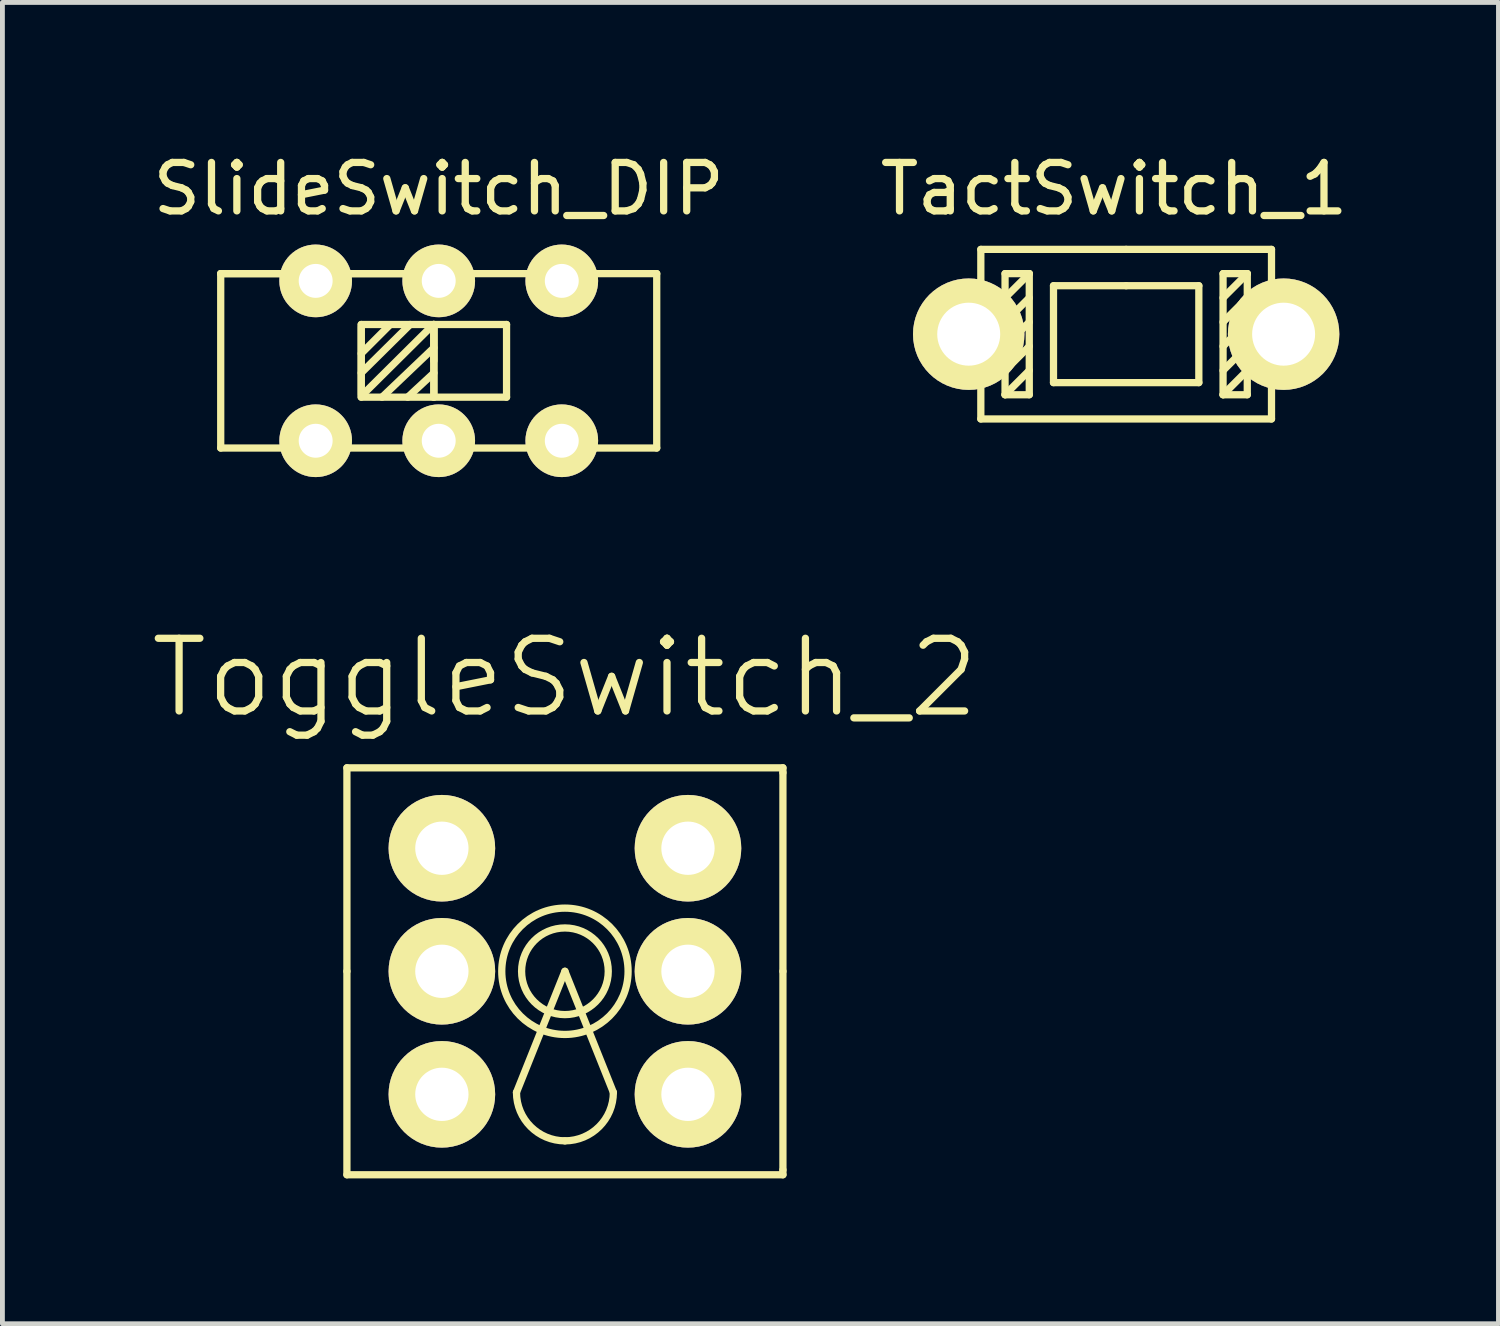
<source format=kicad_pcb>
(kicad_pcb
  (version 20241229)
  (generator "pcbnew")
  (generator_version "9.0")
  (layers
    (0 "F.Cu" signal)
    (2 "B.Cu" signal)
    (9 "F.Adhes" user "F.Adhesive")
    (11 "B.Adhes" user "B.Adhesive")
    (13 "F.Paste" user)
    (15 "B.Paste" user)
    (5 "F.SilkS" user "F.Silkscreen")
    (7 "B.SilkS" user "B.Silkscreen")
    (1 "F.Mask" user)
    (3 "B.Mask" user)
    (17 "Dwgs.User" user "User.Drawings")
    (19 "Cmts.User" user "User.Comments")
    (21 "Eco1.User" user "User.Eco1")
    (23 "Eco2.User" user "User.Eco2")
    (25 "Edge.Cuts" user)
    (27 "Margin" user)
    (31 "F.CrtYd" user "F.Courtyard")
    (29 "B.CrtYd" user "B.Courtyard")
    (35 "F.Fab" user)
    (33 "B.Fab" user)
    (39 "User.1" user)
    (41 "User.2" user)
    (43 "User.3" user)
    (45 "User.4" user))
  (footprint "TactSwitch_1"
    (layer "F.Cu")
    (at 16.946 3.848)
    (property "Reference" "TactSwitch_1" (at 3 -3 0) (layer "F.SilkS") (effects (font (size 1 1) (thickness 0.15))))
    (attr through_hole)
    (fp_line (start 0.25 -1.75) (end 0.25 1.75) (stroke (width 0.15) (type solid)) (layer "F.SilkS"))
    (fp_line (start 0.25 1.75) (end 6.25 1.75) (stroke (width 0.15) (type solid)) (layer "F.SilkS"))
    (fp_line (start 0.75 -1.25) (end 0.75 1.25) (stroke (width 0.15) (type solid)) (layer "F.SilkS"))
    (fp_line (start 0.75 1.25) (end 1.25 1.25) (stroke (width 0.15) (type solid)) (layer "F.SilkS"))
    (fp_line (start 1.25 -1.25) (end 0.75 -1.25) (stroke (width 0.15) (type solid)) (layer "F.SilkS"))
    (fp_line (start 1.25 -1.25) (end 0.75 -0.75) (stroke (width 0.15) (type solid)) (layer "F.SilkS"))
    (fp_line (start 1.25 -0.75) (end 0.75 -0.25) (stroke (width 0.15) (type solid)) (layer "F.SilkS"))
    (fp_line (start 1.25 -0.25) (end 0.75 0.25) (stroke (width 0.15) (type solid)) (layer "F.SilkS"))
    (fp_line (start 1.25 0.25) (end 0.75 0.75) (stroke (width 0.15) (type solid)) (layer "F.SilkS"))
    (fp_line (start 1.25 0.75) (end 0.75 1.25) (stroke (width 0.15) (type solid)) (layer "F.SilkS"))
    (fp_line (start 1.25 1.25) (end 1.25 -1.25) (stroke (width 0.15) (type solid)) (layer "F.SilkS"))
    (fp_line (start 1.75 -1) (end 1.75 1) (stroke (width 0.15) (type solid)) (layer "F.SilkS"))
    (fp_line (start 1.75 1) (end 4.75 1) (stroke (width 0.15) (type solid)) (layer "F.SilkS"))
    (fp_line (start 3.25 -1.75) (end 0.25 -1.75) (stroke (width 0.15) (type solid)) (layer "F.SilkS"))
    (fp_line (start 3.25 -1) (end 1.75 -1) (stroke (width 0.15) (type solid)) (layer "F.SilkS"))
    (fp_line (start 4.75 -1) (end 3.25 -1) (stroke (width 0.15) (type solid)) (layer "F.SilkS"))
    (fp_line (start 4.75 1) (end 4.75 -1) (stroke (width 0.15) (type solid)) (layer "F.SilkS"))
    (fp_line (start 5.25 -1.25) (end 5.25 1.25) (stroke (width 0.15) (type solid)) (layer "F.SilkS"))
    (fp_line (start 5.25 1.25) (end 5.75 1.25) (stroke (width 0.15) (type solid)) (layer "F.SilkS"))
    (fp_line (start 5.75 -1.25) (end 5.25 -1.25) (stroke (width 0.15) (type solid)) (layer "F.SilkS"))
    (fp_line (start 5.75 -1.25) (end 5.25 -0.75) (stroke (width 0.15) (type solid)) (layer "F.SilkS"))
    (fp_line (start 5.75 -0.75) (end 5.25 -0.25) (stroke (width 0.15) (type solid)) (layer "F.SilkS"))
    (fp_line (start 5.75 -0.25) (end 5.25 0.25) (stroke (width 0.15) (type solid)) (layer "F.SilkS"))
    (fp_line (start 5.75 0.25) (end 5.25 0.75) (stroke (width 0.15) (type solid)) (layer "F.SilkS"))
    (fp_line (start 5.75 0.75) (end 5.25 1.25) (stroke (width 0.15) (type solid)) (layer "F.SilkS"))
    (fp_line (start 5.75 1.25) (end 5.75 -1.25) (stroke (width 0.15) (type solid)) (layer "F.SilkS"))
    (fp_line (start 6.25 -1.75) (end 3.25 -1.75) (stroke (width 0.15) (type solid)) (layer "F.SilkS"))
    (fp_line (start 6.25 1.75) (end 6.25 -1.75) (stroke (width 0.15) (type solid)) (layer "F.SilkS"))
    (pad "1" thru_hole circle (at 0 0) (size 2.3 2.3) (drill 1.3) (layers "*.Cu" "*.Mask" "F.SilkS"))
    (pad "2" thru_hole circle (at 6.5 0) (size 2.3 2.3) (drill 1.3) (layers "*.Cu" "*.Mask" "F.SilkS")))
  (footprint "ToggleSwitch_2"
    (layer "F.Cu")
    (at 8.611 16.999)
    (property "Reference" "ToggleSwitch_2" (at 0 -6.06 0) (layer "F.SilkS") (effects (font (size 1.5 1.5) (thickness 0.15))))
    (attr through_hole)
    (fp_line (start -4.5 0) (end -4.5 -4.2) (stroke (width 0.15) (type solid)) (layer "F.SilkS"))
    (fp_line (start -4.5 0) (end -4.5 4.2) (stroke (width 0.15) (type solid)) (layer "F.SilkS"))
    (fp_line (start 0 0) (end -1 2.5) (stroke (width 0.15) (type solid)) (layer "F.SilkS"))
    (fp_line (start 0 0) (end 1 2.5) (stroke (width 0.15) (type solid)) (layer "F.SilkS"))
    (fp_line (start 4.5 -4.2) (end -4.5 -4.2) (stroke (width 0.15) (type solid)) (layer "F.SilkS"))
    (fp_line (start 4.5 -4.1) (end 4.5 -4.2) (stroke (width 0.15) (type solid)) (layer "F.SilkS"))
    (fp_line (start 4.5 0) (end 4.5 -4.1) (stroke (width 0.15) (type solid)) (layer "F.SilkS"))
    (fp_line (start 4.5 0) (end 4.5 4.1) (stroke (width 0.15) (type solid)) (layer "F.SilkS"))
    (fp_line (start 4.5 4.1) (end 4.5 4.2) (stroke (width 0.15) (type solid)) (layer "F.SilkS"))
    (fp_line (start 4.5 4.2) (end -4.5 4.2) (stroke (width 0.15) (type solid)) (layer "F.SilkS"))
    (fp_arc (start 0 3.5) (mid -0.707107 3.207107) (end -1 2.5) (stroke (width 0.15) (type solid)) (layer "F.SilkS"))
    (fp_arc (start 1 2.5) (mid 0.707107 3.207107) (end 0 3.5) (stroke (width 0.15) (type solid)) (layer "F.SilkS"))
    (fp_circle (center 0 0) (end 0.8 0.4) (stroke (width 0.15) (type solid)) (fill no) (layer "F.SilkS"))
    (fp_circle (center 0 0) (end 1.1 0.7) (stroke (width 0.15) (type solid)) (fill no) (layer "F.SilkS"))
    (pad "1" thru_hole circle (at -2.54 -2.54) (size 2.2 2.2) (drill 1.1) (layers "*.Cu" "*.Mask" "F.SilkS"))
    (pad "2" thru_hole circle (at -2.54 0) (size 2.2 2.2) (drill 1.1) (layers "*.Cu" "*.Mask" "F.SilkS"))
    (pad "3" thru_hole circle (at -2.54 2.54) (size 2.2 2.2) (drill 1.1) (layers "*.Cu" "*.Mask" "F.SilkS"))
    (pad "4" thru_hole circle (at 2.54 2.54) (size 2.2 2.2) (drill 1.1) (layers "*.Cu" "*.Mask" "F.SilkS"))
    (pad "5" thru_hole circle (at 2.54 0) (size 2.2 2.2) (drill 1.1) (layers "*.Cu" "*.Mask" "F.SilkS"))
    (pad "6" thru_hole circle (at 2.54 -2.54) (size 2.2 2.2) (drill 1.1) (layers "*.Cu" "*.Mask" "F.SilkS")))
  (footprint "SlideSwitch_DIP"
    (layer "F.Cu")
    (at 6.006 4.398)
    (property "Reference" "SlideSwitch_DIP" (at 0 -3.55 0) (layer "F.SilkS") (effects (font (size 1 1) (thickness 0.15))))
    (attr through_hole)
    (fp_line (start -4.5 -1.8) (end -4.5 1.8) (stroke (width 0.15) (type solid)) (layer "F.SilkS"))
    (fp_line (start -4.5 1.8) (end 4.5 1.8) (stroke (width 0.15) (type solid)) (layer "F.SilkS"))
    (fp_line (start -1.6 -0.75) (end -1.6 0.75) (stroke (width 0.15) (type solid)) (layer "F.SilkS"))
    (fp_line (start -1.6 -0.7) (end -1.6 0.7) (stroke (width 0.15) (type solid)) (layer "F.SilkS"))
    (fp_line (start -1.6 -0.15) (end -1.01 -0.74) (stroke (width 0.15) (type solid)) (layer "F.SilkS"))
    (fp_line (start -1.6 0.25) (end -0.59 -0.75) (stroke (width 0.15) (type solid)) (layer "F.SilkS"))
    (fp_line (start -1.6 0.75) (end -0.1 0.75) (stroke (width 0.15) (type solid)) (layer "F.SilkS"))
    (fp_line (start -1.59 0.72) (end -0.11 -0.75) (stroke (width 0.15) (type solid)) (layer "F.SilkS"))
    (fp_line (start -1.17 0.75) (end -0.1 -0.27) (stroke (width 0.15) (type solid)) (layer "F.SilkS"))
    (fp_line (start -0.64 0.75) (end -0.1 0.25) (stroke (width 0.15) (type solid)) (layer "F.SilkS"))
    (fp_line (start -0.1 -0.75) (end -1.6 -0.75) (stroke (width 0.15) (type solid)) (layer "F.SilkS"))
    (fp_line (start -0.1 -0.75) (end 1.4 -0.75) (stroke (width 0.15) (type solid)) (layer "F.SilkS"))
    (fp_line (start -0.1 -0.7) (end -0.1 0.7) (stroke (width 0.15) (type solid)) (layer "F.SilkS"))
    (fp_line (start -0.1 0) (end -0.1 -0.75) (stroke (width 0.15) (type solid)) (layer "F.SilkS"))
    (fp_line (start -0.1 0.75) (end -0.1 -0.75) (stroke (width 0.15) (type solid)) (layer "F.SilkS"))
    (fp_line (start 0 -1.8) (end -4.5 -1.8) (stroke (width 0.15) (type solid)) (layer "F.SilkS"))
    (fp_line (start 1.4 -0.75) (end 1.4 0.75) (stroke (width 0.15) (type solid)) (layer "F.SilkS"))
    (fp_line (start 1.4 0.75) (end -0.11 0.75) (stroke (width 0.15) (type solid)) (layer "F.SilkS"))
    (fp_line (start 4.5 -1.8) (end -4.5 -1.8) (stroke (width 0.15) (type solid)) (layer "F.SilkS"))
    (fp_line (start 4.5 1.8) (end 4.5 -1.8) (stroke (width 0.15) (type solid)) (layer "F.SilkS"))
    (pad "1" thru_hole circle (at -2.54 -1.65) (size 1.5 1.5) (drill 0.7) (layers "*.Cu" "*.Mask" "F.SilkS"))
    (pad "2" thru_hole circle (at 0 -1.65) (size 1.5 1.5) (drill 0.7) (layers "*.Cu" "*.Mask" "F.SilkS"))
    (pad "3" thru_hole circle (at 2.54 -1.65) (size 1.5 1.5) (drill 0.7) (layers "*.Cu" "*.Mask" "F.SilkS"))
    (pad "4" thru_hole circle (at 2.54 1.65) (size 1.5 1.5) (drill 0.7) (layers "*.Cu" "*.Mask" "F.SilkS"))
    (pad "5" thru_hole circle (at 0 1.65) (size 1.5 1.5) (drill 0.7) (layers "*.Cu" "*.Mask" "F.SilkS"))
    (pad "6" thru_hole circle (at -2.54 1.65) (size 1.5 1.5) (drill 0.7) (layers "*.Cu" "*.Mask" "F.SilkS")))
  (gr_rect
    (start -3 -3)
    (end 27.881 24.274)
    (stroke (width 0.1) (type default))
    (fill no)
    (layer "Edge.Cuts")))
</source>
